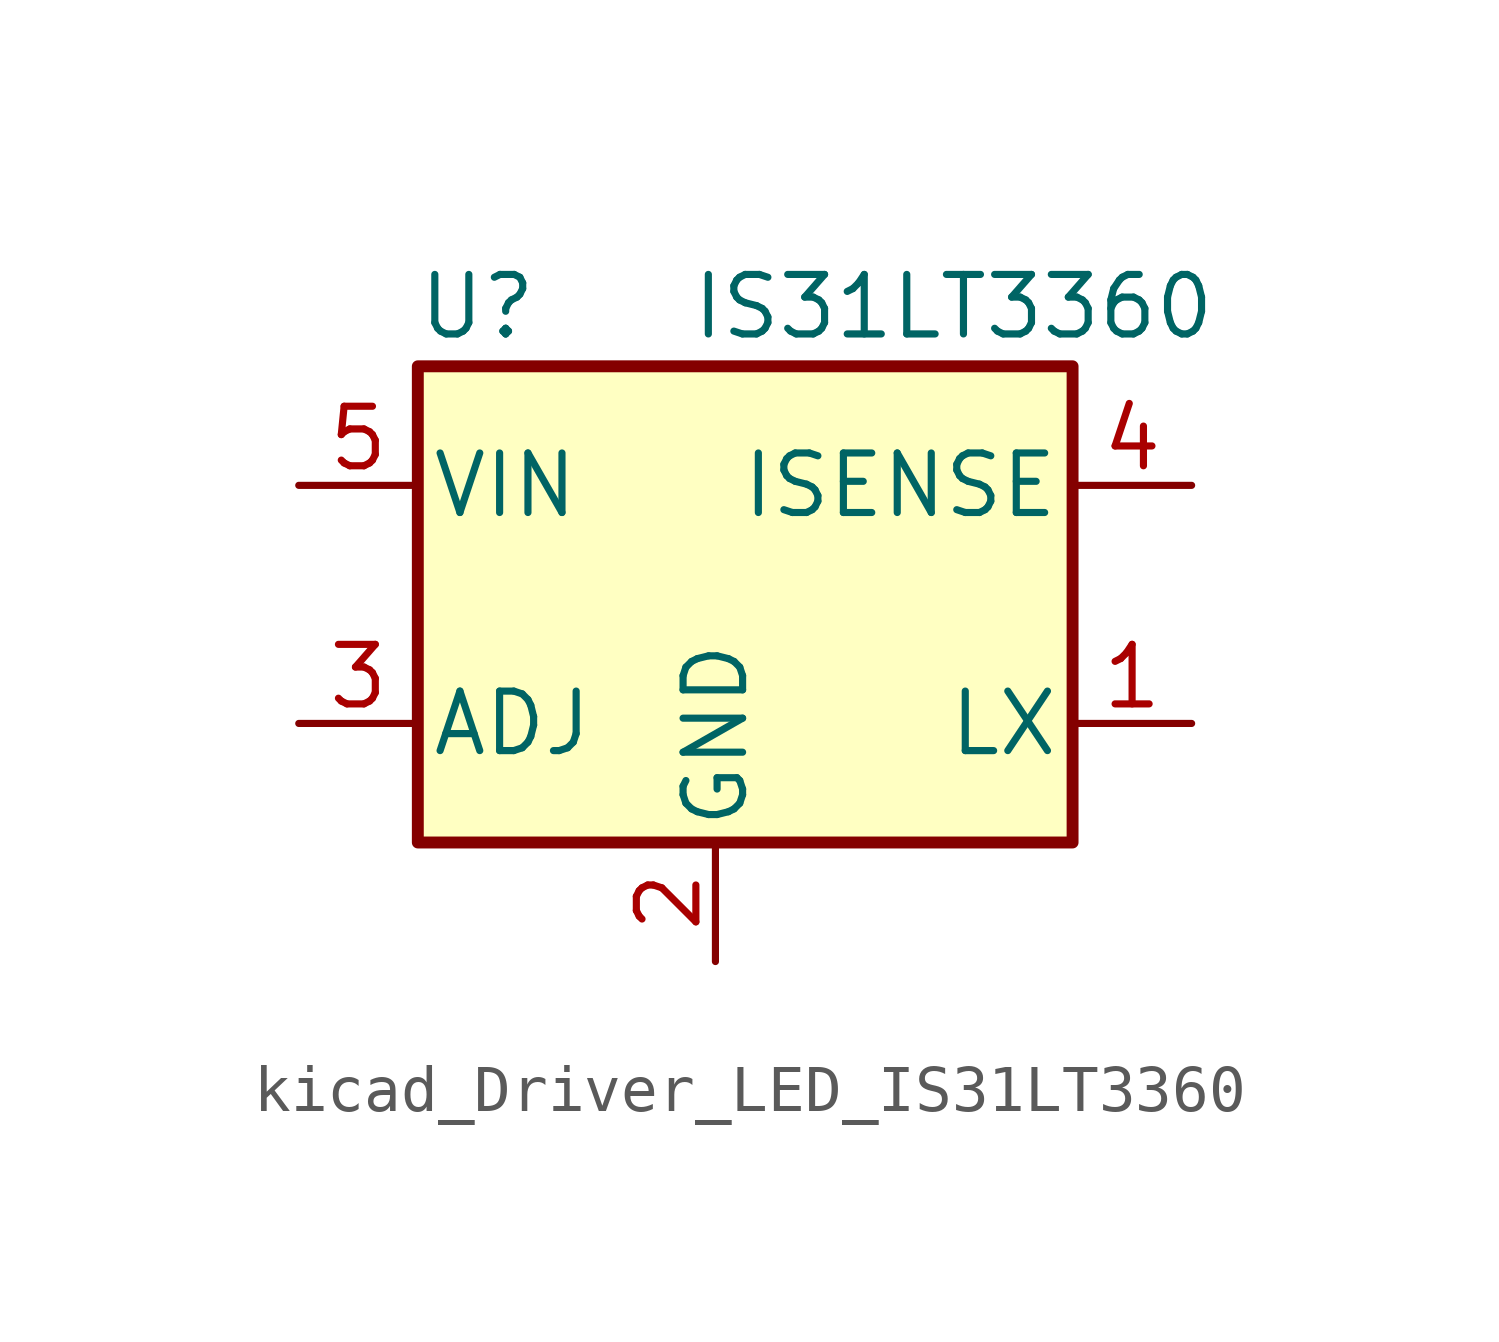
<source format=kicad_sym>
(kicad_symbol_lib
  (version 20220914)
  (generator kicad_symbol_editor)
  (symbol "kicad_Driver_LED_IS31LT3360"
    (pin_names
      (offset 0.254))
    (property "Reference" "U"
      (at -5.08 8.89 0)
      (effects (font (size 1.27 1.27))))
    (property "Value" "IS31LT3360"
      (at 5.08 8.89 0)
      (effects (font (size 1.27 1.27))))
    (symbol "kicad_Driver_LED_IS31LT3360_0_1"
      (rectangle (start -6.35 7.62) (end 7.62 -2.54) (stroke (width 0.254) (type default)) (fill (type background))))
    (symbol "kicad_Driver_LED_IS31LT3360_1_1"
      (pin open_collector line (at 10.16 0 180) (length 2.54) (name "LX" (effects (font (size 1.27 1.27)))) (number "1" (effects (font (size 1.27 1.27)))))
      (pin power_in line (at 0 -5.08 90) (length 2.54) (name "GND" (effects (font (size 1.27 1.27)))) (number "2" (effects (font (size 1.27 1.27)))))
      (pin input line (at -8.89 0 0) (length 2.54) (name "ADJ" (effects (font (size 1.27 1.27)))) (number "3" (effects (font (size 1.27 1.27)))))
      (pin input line (at 10.16 5.08 180) (length 2.54) (name "ISENSE" (effects (font (size 1.27 1.27)))) (number "4" (effects (font (size 1.27 1.27)))))
      (pin power_in line (at -8.89 5.08 0) (length 2.54) (name "VIN" (effects (font (size 1.27 1.27)))) (number "5" (effects (font (size 1.27 1.27))))))))
</source>
